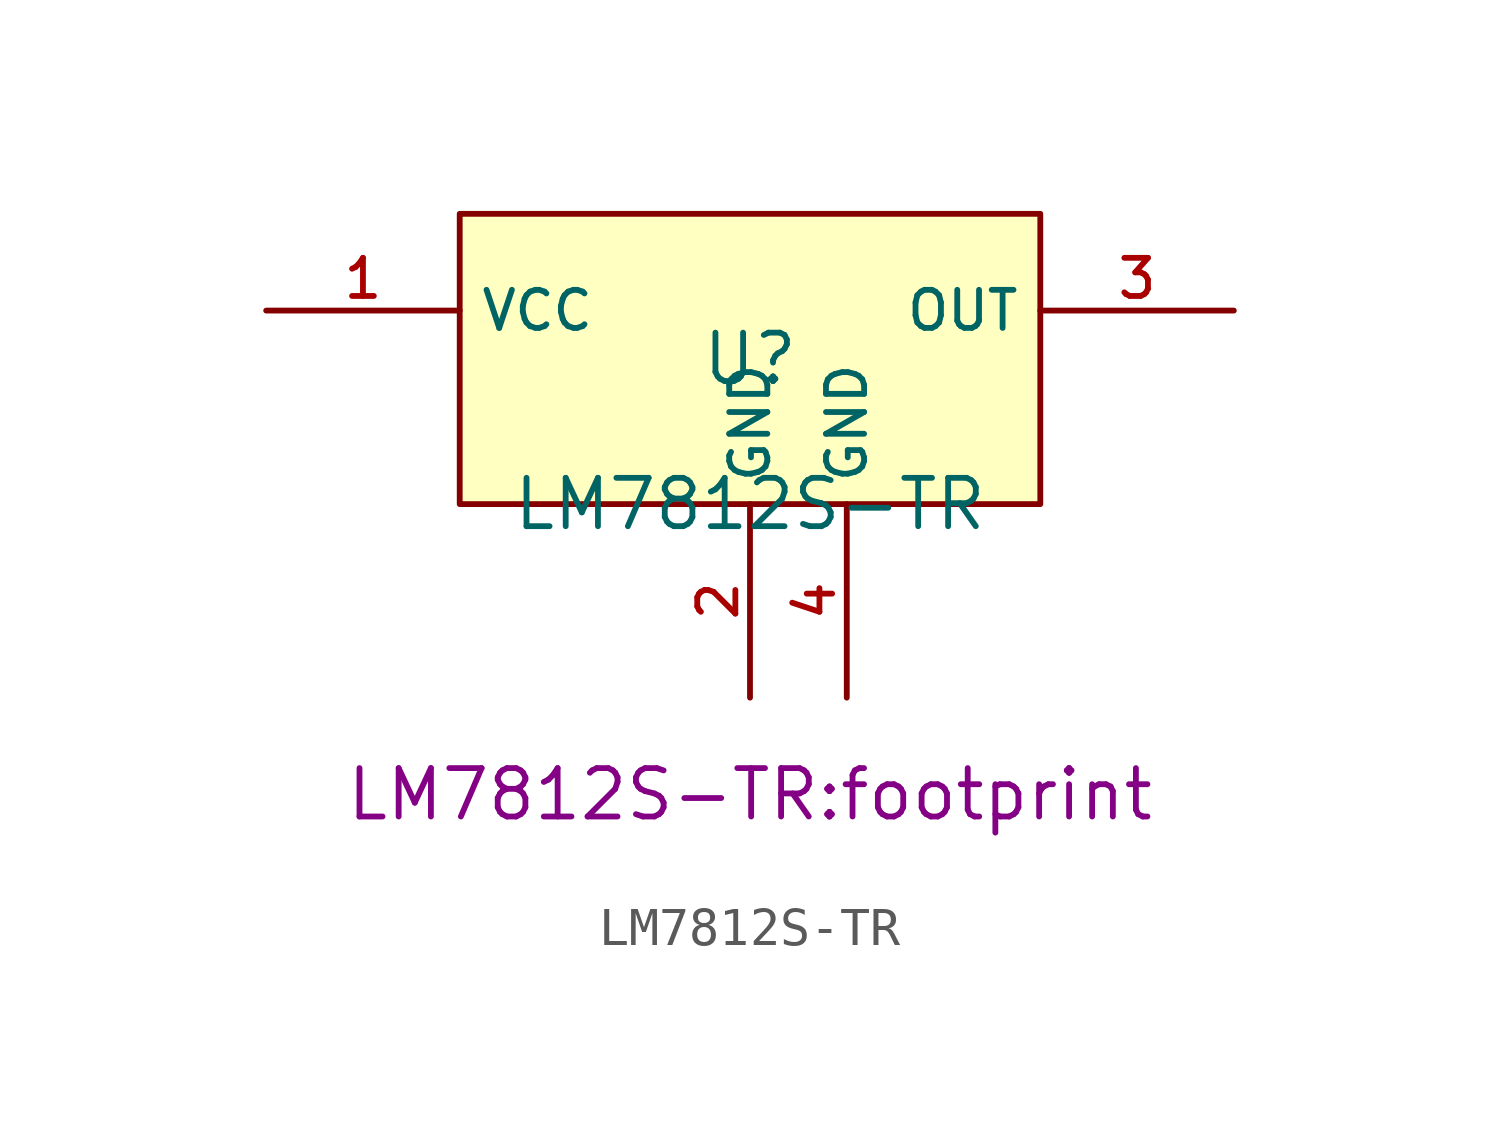
<source format=kicad_sym>
(kicad_symbol_lib
  (version 20210201)
  (generator TousstNicolas/JLC2KiCad_lib)
  (symbol "LM7812S-TR"
    (property "Reference" "U"
      (at 0 1.27 0)
      (effects (font (size 1.27 1.27))))
    (property "Value" "LM7812S-TR"
      (at 0 -2.54 0)
      (effects (font (size 1.27 1.27))))
    (property "Footprint" "LM7812S-TR:footprint"
      (at 0 -10.16 0))
    (symbol "LM7812S-TR_0_1"
      (rectangle (start -7.62 5.08) (end 7.62 -2.54) (stroke (width 0) (type default) (color 0 0 0 0)) (fill (type background)))
      (pin power_in line (at -12.7 2.54 0) (length 5.08) (name "VCC" (effects (font (size 1 1)))) (number "1" (effects (font (size 1 1)))))
      (pin power_in line (at 0.0 -7.62 90) (length 5.08) (name "GND" (effects (font (size 1 1)))) (number "2" (effects (font (size 1 1)))))
      (pin power_in line (at 12.7 2.54 180) (length 5.08) (name "OUT" (effects (font (size 1 1)))) (number "3" (effects (font (size 1 1)))))
      (pin power_in line (at 2.54 -7.62 90) (length 5.08) (name "GND" (effects (font (size 1 1)))) (number "4" (effects (font (size 1 1))))))))
</source>
